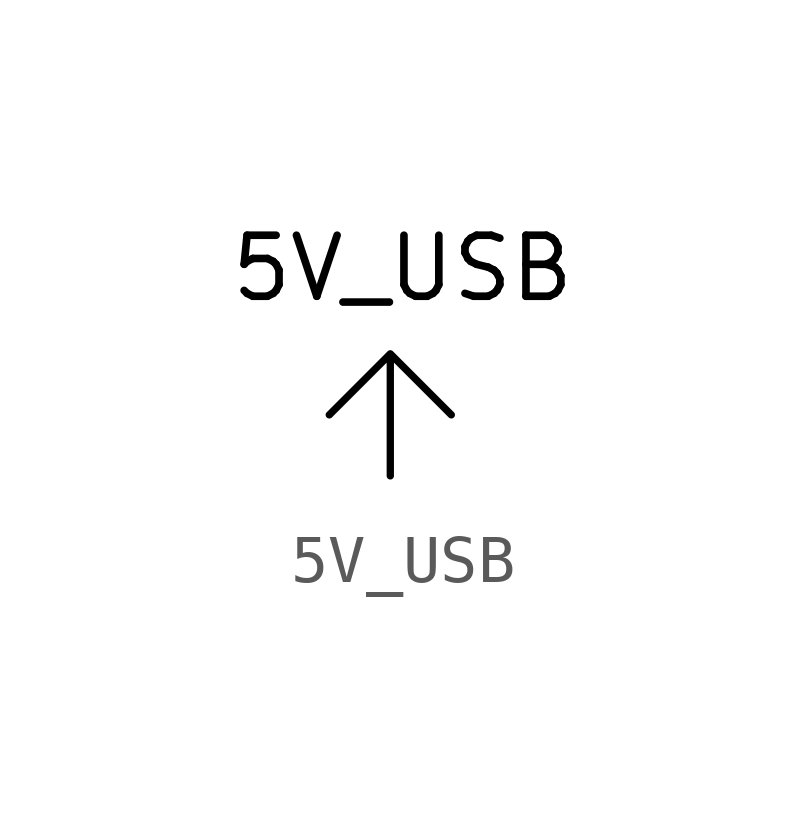
<source format=kicad_sym>
(kicad_symbol_lib
  (version 20241209)
  (generator "kicad_symbol_editor")
  (generator_version "9.0")
  (symbol "5V_USB"
    (power)
    (property "Reference" "#PWR"
      (at -7.366 0 0)
      (effects (font (size 1.27 1.27)) (hide yes)))
    (property "Value" "5V_USB"
      (at 0.254 4.318 0)
      (effects (font (size 1.27 1.27) (thickness 0.159) (color 0 0 0 1))))
    (symbol "5V_USB_1_1"
      (polyline (pts (xy 0 0) (xy 0 2.54) (xy -1.27 1.27) (xy 0 2.54) (xy 1.27 1.27)) (stroke (width 0) (type default) (color 0 0 0 1)) (fill (type none)))
      (pin power_in line (at 0 0 90) (length 0) (hide yes) (name "" (effects (font (size 1.27 1.27)))) (number "" (effects (font (size 1.27 1.27))))))))
</source>
